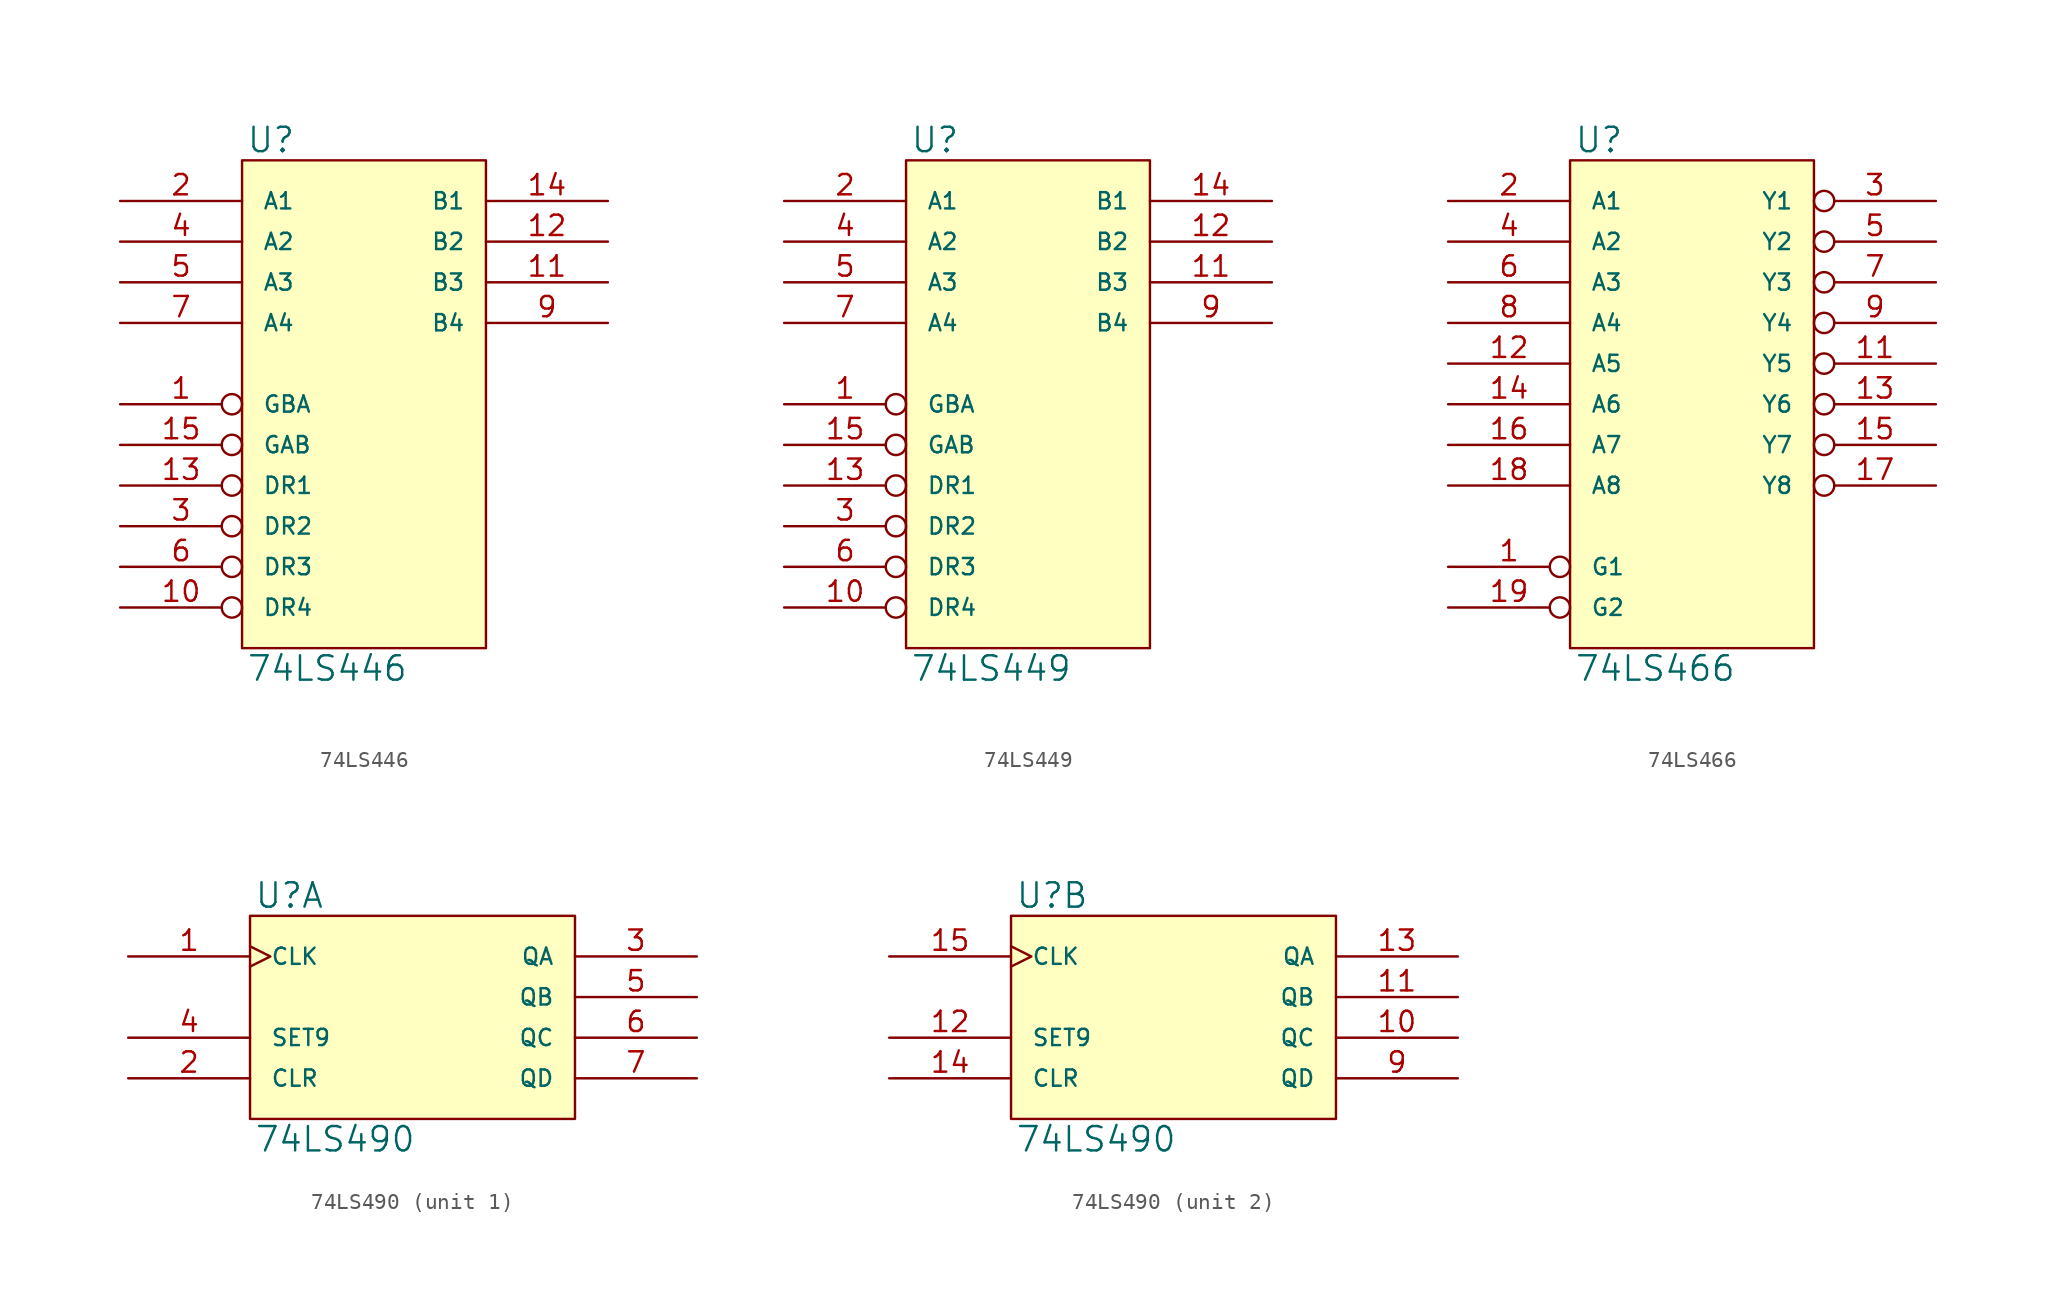
<source format=kicad_sym>
(kicad_symbol_lib
  (version 20231120)
  (generator "kicad_symbol_editor")
  (generator_version "8.0")
  (symbol "74LS446"
    (pin_names
      (offset 1.27))
    (property "Reference" "U"
      (at 0.254 0.381 0)
      (effects (font (size 1.524 1.524)) (justify left bottom)))
    (property "Value" "74LS446"
      (at 0.254 -30.861 0)
      (effects (font (size 1.524 1.524)) (justify left top)))
    (symbol "74LS446_0_1"
      (rectangle (start 0 0) (end 15.24 -30.48) (stroke (width 0) (type solid)) (fill (type background))))
    (symbol "74LS446_1_1"
      (pin input inverted (at -7.62 -15.24 0) (length 7.62) (name "GBA" (effects (font (size 1.016 1.016)))) (number "1" (effects (font (size 1.27 1.27)))))
      (pin input inverted (at -7.62 -27.94 0) (length 7.62) (name "DR4" (effects (font (size 1.016 1.016)))) (number "10" (effects (font (size 1.27 1.27)))))
      (pin bidirectional line (at 22.86 -7.62 180) (length 7.62) (name "B3" (effects (font (size 1.016 1.016)))) (number "11" (effects (font (size 1.27 1.27)))))
      (pin bidirectional line (at 22.86 -5.08 180) (length 7.62) (name "B2" (effects (font (size 1.016 1.016)))) (number "12" (effects (font (size 1.27 1.27)))))
      (pin input inverted (at -7.62 -20.32 0) (length 7.62) (name "DR1" (effects (font (size 1.016 1.016)))) (number "13" (effects (font (size 1.27 1.27)))))
      (pin bidirectional line (at 22.86 -2.54 180) (length 7.62) (name "B1" (effects (font (size 1.016 1.016)))) (number "14" (effects (font (size 1.27 1.27)))))
      (pin input inverted (at -7.62 -17.78 0) (length 7.62) (name "GAB" (effects (font (size 1.016 1.016)))) (number "15" (effects (font (size 1.27 1.27)))))
      (pin power_in line (at 0 0 270) (length 0) hide (name "VCC" (effects (font (size 1.016 1.016)))) (number "16" (effects (font (size 1.27 1.27)))))
      (pin bidirectional line (at -7.62 -2.54 0) (length 7.62) (name "A1" (effects (font (size 1.016 1.016)))) (number "2" (effects (font (size 1.27 1.27)))))
      (pin input inverted (at -7.62 -22.86 0) (length 7.62) (name "DR2" (effects (font (size 1.016 1.016)))) (number "3" (effects (font (size 1.27 1.27)))))
      (pin bidirectional line (at -7.62 -5.08 0) (length 7.62) (name "A2" (effects (font (size 1.016 1.016)))) (number "4" (effects (font (size 1.27 1.27)))))
      (pin bidirectional line (at -7.62 -7.62 0) (length 7.62) (name "A3" (effects (font (size 1.016 1.016)))) (number "5" (effects (font (size 1.27 1.27)))))
      (pin input inverted (at -7.62 -25.4 0) (length 7.62) (name "DR3" (effects (font (size 1.016 1.016)))) (number "6" (effects (font (size 1.27 1.27)))))
      (pin bidirectional line (at -7.62 -10.16 0) (length 7.62) (name "A4" (effects (font (size 1.016 1.016)))) (number "7" (effects (font (size 1.27 1.27)))))
      (pin power_in line (at 0 -30.48 90) (length 0) hide (name "GND" (effects (font (size 1.016 1.016)))) (number "8" (effects (font (size 1.27 1.27)))))
      (pin bidirectional line (at 22.86 -10.16 180) (length 7.62) (name "B4" (effects (font (size 1.016 1.016)))) (number "9" (effects (font (size 1.27 1.27)))))))
  (symbol "74LS449"
    (pin_names
      (offset 1.27))
    (property "Reference" "U"
      (at 0.254 0.381 0)
      (effects (font (size 1.524 1.524)) (justify left bottom)))
    (property "Value" "74LS449"
      (at 0.254 -30.861 0)
      (effects (font (size 1.524 1.524)) (justify left top)))
    (symbol "74LS449_0_1"
      (rectangle (start 0 0) (end 15.24 -30.48) (stroke (width 0) (type solid)) (fill (type background))))
    (symbol "74LS449_1_1"
      (pin input inverted (at -7.62 -15.24 0) (length 7.62) (name "GBA" (effects (font (size 1.016 1.016)))) (number "1" (effects (font (size 1.27 1.27)))))
      (pin input inverted (at -7.62 -27.94 0) (length 7.62) (name "DR4" (effects (font (size 1.016 1.016)))) (number "10" (effects (font (size 1.27 1.27)))))
      (pin bidirectional line (at 22.86 -7.62 180) (length 7.62) (name "B3" (effects (font (size 1.016 1.016)))) (number "11" (effects (font (size 1.27 1.27)))))
      (pin bidirectional line (at 22.86 -5.08 180) (length 7.62) (name "B2" (effects (font (size 1.016 1.016)))) (number "12" (effects (font (size 1.27 1.27)))))
      (pin input inverted (at -7.62 -20.32 0) (length 7.62) (name "DR1" (effects (font (size 1.016 1.016)))) (number "13" (effects (font (size 1.27 1.27)))))
      (pin bidirectional line (at 22.86 -2.54 180) (length 7.62) (name "B1" (effects (font (size 1.016 1.016)))) (number "14" (effects (font (size 1.27 1.27)))))
      (pin input inverted (at -7.62 -17.78 0) (length 7.62) (name "GAB" (effects (font (size 1.016 1.016)))) (number "15" (effects (font (size 1.27 1.27)))))
      (pin power_in line (at 0 0 270) (length 0) hide (name "VCC" (effects (font (size 1.016 1.016)))) (number "16" (effects (font (size 1.27 1.27)))))
      (pin bidirectional line (at -7.62 -2.54 0) (length 7.62) (name "A1" (effects (font (size 1.016 1.016)))) (number "2" (effects (font (size 1.27 1.27)))))
      (pin input inverted (at -7.62 -22.86 0) (length 7.62) (name "DR2" (effects (font (size 1.016 1.016)))) (number "3" (effects (font (size 1.27 1.27)))))
      (pin bidirectional line (at -7.62 -5.08 0) (length 7.62) (name "A2" (effects (font (size 1.016 1.016)))) (number "4" (effects (font (size 1.27 1.27)))))
      (pin bidirectional line (at -7.62 -7.62 0) (length 7.62) (name "A3" (effects (font (size 1.016 1.016)))) (number "5" (effects (font (size 1.27 1.27)))))
      (pin input inverted (at -7.62 -25.4 0) (length 7.62) (name "DR3" (effects (font (size 1.016 1.016)))) (number "6" (effects (font (size 1.27 1.27)))))
      (pin bidirectional line (at -7.62 -10.16 0) (length 7.62) (name "A4" (effects (font (size 1.016 1.016)))) (number "7" (effects (font (size 1.27 1.27)))))
      (pin power_in line (at 0 -30.48 90) (length 0) hide (name "GND" (effects (font (size 1.016 1.016)))) (number "8" (effects (font (size 1.27 1.27)))))
      (pin bidirectional line (at 22.86 -10.16 180) (length 7.62) (name "B4" (effects (font (size 1.016 1.016)))) (number "9" (effects (font (size 1.27 1.27)))))))
  (symbol "74LS466"
    (pin_names
      (offset 1.27))
    (property "Reference" "U"
      (at 0.254 0.381 0)
      (effects (font (size 1.524 1.524)) (justify left bottom)))
    (property "Value" "74LS466"
      (at 0.254 -30.861 0)
      (effects (font (size 1.524 1.524)) (justify left top)))
    (symbol "74LS466_0_1"
      (rectangle (start 0 0) (end 15.24 -30.48) (stroke (width 0) (type solid)) (fill (type background))))
    (symbol "74LS466_1_1"
      (pin input inverted (at -7.62 -25.4 0) (length 7.62) (name "G1" (effects (font (size 1.016 1.016)))) (number "1" (effects (font (size 1.27 1.27)))))
      (pin power_in line (at 0 -30.48 90) (length 0) hide (name "GND" (effects (font (size 1.016 1.016)))) (number "10" (effects (font (size 1.27 1.27)))))
      (pin tri_state inverted (at 22.86 -12.7 180) (length 7.62) (name "Y5" (effects (font (size 1.016 1.016)))) (number "11" (effects (font (size 1.27 1.27)))))
      (pin input line (at -7.62 -12.7 0) (length 7.62) (name "A5" (effects (font (size 1.016 1.016)))) (number "12" (effects (font (size 1.27 1.27)))))
      (pin tri_state inverted (at 22.86 -15.24 180) (length 7.62) (name "Y6" (effects (font (size 1.016 1.016)))) (number "13" (effects (font (size 1.27 1.27)))))
      (pin input line (at -7.62 -15.24 0) (length 7.62) (name "A6" (effects (font (size 1.016 1.016)))) (number "14" (effects (font (size 1.27 1.27)))))
      (pin tri_state inverted (at 22.86 -17.78 180) (length 7.62) (name "Y7" (effects (font (size 1.016 1.016)))) (number "15" (effects (font (size 1.27 1.27)))))
      (pin input line (at -7.62 -17.78 0) (length 7.62) (name "A7" (effects (font (size 1.016 1.016)))) (number "16" (effects (font (size 1.27 1.27)))))
      (pin tri_state inverted (at 22.86 -20.32 180) (length 7.62) (name "Y8" (effects (font (size 1.016 1.016)))) (number "17" (effects (font (size 1.27 1.27)))))
      (pin input line (at -7.62 -20.32 0) (length 7.62) (name "A8" (effects (font (size 1.016 1.016)))) (number "18" (effects (font (size 1.27 1.27)))))
      (pin input inverted (at -7.62 -27.94 0) (length 7.62) (name "G2" (effects (font (size 1.016 1.016)))) (number "19" (effects (font (size 1.27 1.27)))))
      (pin input line (at -7.62 -2.54 0) (length 7.62) (name "A1" (effects (font (size 1.016 1.016)))) (number "2" (effects (font (size 1.27 1.27)))))
      (pin power_in line (at 0 0 270) (length 0) hide (name "VCC" (effects (font (size 1.016 1.016)))) (number "20" (effects (font (size 1.27 1.27)))))
      (pin tri_state inverted (at 22.86 -2.54 180) (length 7.62) (name "Y1" (effects (font (size 1.016 1.016)))) (number "3" (effects (font (size 1.27 1.27)))))
      (pin input line (at -7.62 -5.08 0) (length 7.62) (name "A2" (effects (font (size 1.016 1.016)))) (number "4" (effects (font (size 1.27 1.27)))))
      (pin tri_state inverted (at 22.86 -5.08 180) (length 7.62) (name "Y2" (effects (font (size 1.016 1.016)))) (number "5" (effects (font (size 1.27 1.27)))))
      (pin input line (at -7.62 -7.62 0) (length 7.62) (name "A3" (effects (font (size 1.016 1.016)))) (number "6" (effects (font (size 1.27 1.27)))))
      (pin tri_state inverted (at 22.86 -7.62 180) (length 7.62) (name "Y3" (effects (font (size 1.016 1.016)))) (number "7" (effects (font (size 1.27 1.27)))))
      (pin input line (at -7.62 -10.16 0) (length 7.62) (name "A4" (effects (font (size 1.016 1.016)))) (number "8" (effects (font (size 1.27 1.27)))))
      (pin tri_state inverted (at 22.86 -10.16 180) (length 7.62) (name "Y4" (effects (font (size 1.016 1.016)))) (number "9" (effects (font (size 1.27 1.27)))))))
  (symbol "74LS490"
    (pin_names
      (offset 1.27))
    (property "Reference" "U"
      (at 0.254 0.381 0)
      (effects (font (size 1.524 1.524)) (justify left bottom)))
    (property "Value" "74LS490"
      (at 0.254 -13.081 0)
      (effects (font (size 1.524 1.524)) (justify left top)))
    (symbol "74LS490_0_1"
      (rectangle (start 0 0) (end 20.32 -12.7) (stroke (width 0) (type solid)) (fill (type background))))
    (symbol "74LS490_1_1"
      (pin input clock (at -7.62 -2.54 0) (length 7.62) (name "CLK" (effects (font (size 1.016 1.016)))) (number "1" (effects (font (size 1.27 1.27)))))
      (pin power_in line (at 0 0 270) (length 0) hide (name "VCC" (effects (font (size 1.016 1.016)))) (number "16" (effects (font (size 1.27 1.27)))))
      (pin input line (at -7.62 -10.16 0) (length 7.62) (name "CLR" (effects (font (size 1.016 1.016)))) (number "2" (effects (font (size 1.27 1.27)))))
      (pin output line (at 27.94 -2.54 180) (length 7.62) (name "QA" (effects (font (size 1.016 1.016)))) (number "3" (effects (font (size 1.27 1.27)))))
      (pin input line (at -7.62 -7.62 0) (length 7.62) (name "SET9" (effects (font (size 1.016 1.016)))) (number "4" (effects (font (size 1.27 1.27)))))
      (pin output line (at 27.94 -5.08 180) (length 7.62) (name "QB" (effects (font (size 1.016 1.016)))) (number "5" (effects (font (size 1.27 1.27)))))
      (pin output line (at 27.94 -7.62 180) (length 7.62) (name "QC" (effects (font (size 1.016 1.016)))) (number "6" (effects (font (size 1.27 1.27)))))
      (pin output line (at 27.94 -10.16 180) (length 7.62) (name "QD" (effects (font (size 1.016 1.016)))) (number "7" (effects (font (size 1.27 1.27)))))
      (pin power_in line (at 0 -12.7 90) (length 0) hide (name "GND" (effects (font (size 1.016 1.016)))) (number "8" (effects (font (size 1.27 1.27))))))
    (symbol "74LS490_2_1"
      (pin output line (at 27.94 -7.62 180) (length 7.62) (name "QC" (effects (font (size 1.016 1.016)))) (number "10" (effects (font (size 1.27 1.27)))))
      (pin output line (at 27.94 -5.08 180) (length 7.62) (name "QB" (effects (font (size 1.016 1.016)))) (number "11" (effects (font (size 1.27 1.27)))))
      (pin input line (at -7.62 -7.62 0) (length 7.62) (name "SET9" (effects (font (size 1.016 1.016)))) (number "12" (effects (font (size 1.27 1.27)))))
      (pin output line (at 27.94 -2.54 180) (length 7.62) (name "QA" (effects (font (size 1.016 1.016)))) (number "13" (effects (font (size 1.27 1.27)))))
      (pin input line (at -7.62 -10.16 0) (length 7.62) (name "CLR" (effects (font (size 1.016 1.016)))) (number "14" (effects (font (size 1.27 1.27)))))
      (pin input clock (at -7.62 -2.54 0) (length 7.62) (name "CLK" (effects (font (size 1.016 1.016)))) (number "15" (effects (font (size 1.27 1.27)))))
      (pin power_in line (at 0 0 270) (length 0) hide (name "VCC" (effects (font (size 1.016 1.016)))) (number "16" (effects (font (size 1.27 1.27)))))
      (pin power_in line (at 0 -12.7 90) (length 0) hide (name "GND" (effects (font (size 1.016 1.016)))) (number "8" (effects (font (size 1.27 1.27)))))
      (pin output line (at 27.94 -10.16 180) (length 7.62) (name "QD" (effects (font (size 1.016 1.016)))) (number "9" (effects (font (size 1.27 1.27))))))))
</source>
